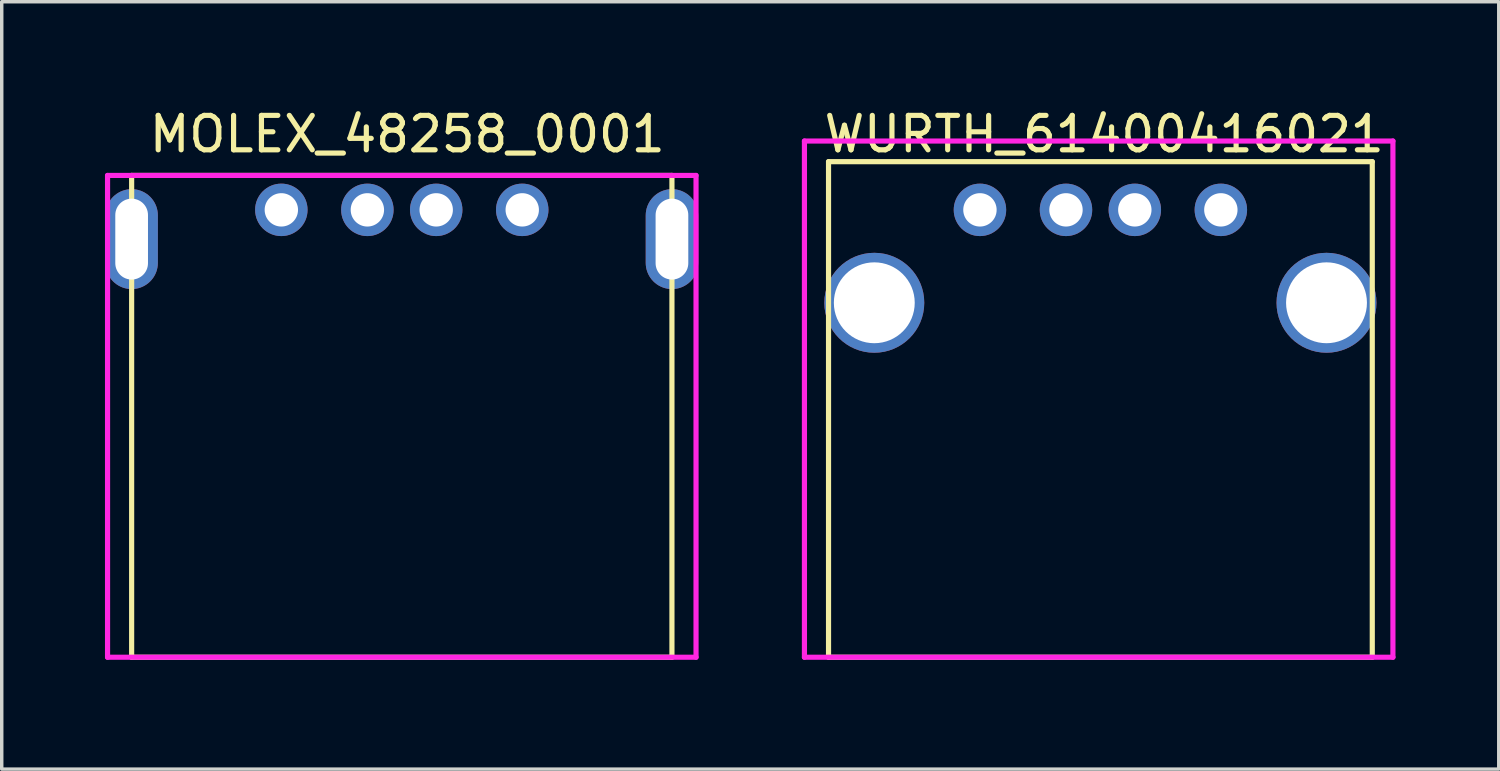
<source format=kicad_pcb>
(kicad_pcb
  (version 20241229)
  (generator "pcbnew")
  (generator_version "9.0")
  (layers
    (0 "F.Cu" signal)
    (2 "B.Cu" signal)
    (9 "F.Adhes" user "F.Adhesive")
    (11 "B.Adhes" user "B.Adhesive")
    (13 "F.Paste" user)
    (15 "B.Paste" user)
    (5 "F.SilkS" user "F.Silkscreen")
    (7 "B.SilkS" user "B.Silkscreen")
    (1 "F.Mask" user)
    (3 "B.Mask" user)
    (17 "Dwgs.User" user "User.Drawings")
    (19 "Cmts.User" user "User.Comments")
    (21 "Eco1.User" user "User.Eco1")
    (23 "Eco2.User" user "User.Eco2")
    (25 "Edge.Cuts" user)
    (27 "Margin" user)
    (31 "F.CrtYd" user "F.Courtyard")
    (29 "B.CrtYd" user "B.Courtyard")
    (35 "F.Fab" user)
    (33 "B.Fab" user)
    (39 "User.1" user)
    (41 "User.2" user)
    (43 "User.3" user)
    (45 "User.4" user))
  (footprint "MOLEX_48258_0001"
    (layer "F.Cu")
    (at 0.775 16.048)
    (property "Reference" "MOLEX_48258_0001" (at 8.01 -15.2 0) (layer "F.SilkS") (effects (font (size 1 1) (thickness 0.15))))
    (attr through_hole)
    (fp_line (start 0 -14) (end 15.7 -14) (stroke (width 0.15) (type solid)) (layer "F.SilkS"))
    (fp_line (start 0 0) (end 0 -14) (stroke (width 0.15) (type solid)) (layer "F.SilkS"))
    (fp_line (start 0 0) (end 15.7 0) (stroke (width 0.15) (type solid)) (layer "F.SilkS"))
    (fp_line (start 15.7 -14) (end 15.7 0) (stroke (width 0.15) (type solid)) (layer "F.SilkS"))
    (fp_line (start -0.7 -14) (end 16.4 -14) (stroke (width 0.15) (type solid)) (layer "F.CrtYd"))
    (fp_line (start -0.7 0) (end -0.7 -14) (stroke (width 0.15) (type solid)) (layer "F.CrtYd"))
    (fp_line (start -0.7 0) (end 16.4 0) (stroke (width 0.15) (type solid)) (layer "F.CrtYd"))
    (fp_line (start 16.4 -14) (end 16.4 0) (stroke (width 0.15) (type solid)) (layer "F.CrtYd"))
    (pad "" thru_hole oval (at 0 -12.15) (size 1.524 2.904) (drill oval 0.95 2.35) (layers "*.Cu" "*.Mask"))
    (pad "" thru_hole oval (at 15.7 -12.15) (size 1.524 2.904) (drill oval 0.95 2.35) (layers "*.Cu" "*.Mask"))
    (pad "1" thru_hole circle (at 11.35 -13) (size 1.524 1.524) (drill 0.97) (layers "*.Cu" "*.Mask"))
    (pad "2" thru_hole circle (at 8.85 -13) (size 1.524 1.524) (drill 0.97) (layers "*.Cu" "*.Mask"))
    (pad "3" thru_hole circle (at 6.85 -13) (size 1.524 1.524) (drill 0.97) (layers "*.Cu" "*.Mask"))
    (pad "4" thru_hole circle (at 4.35 -13) (size 1.524 1.524) (drill 0.97) (layers "*.Cu" "*.Mask")))
  (footprint "WURTH_61400416021"
    (layer "F.Cu")
    (at 21.025 16.048)
    (property "Reference" "WURTH_61400416021" (at 8.01 -15.2 0) (layer "F.SilkS") (effects (font (size 1 1) (thickness 0.15))))
    (attr through_hole)
    (fp_line (start 0 -14.4) (end 15.8 -14.4) (stroke (width 0.15) (type solid)) (layer "F.SilkS"))
    (fp_line (start 0 0) (end 0 -14.4) (stroke (width 0.15) (type solid)) (layer "F.SilkS"))
    (fp_line (start 0 0) (end 15.8 0) (stroke (width 0.15) (type solid)) (layer "F.SilkS"))
    (fp_line (start 15.8 -14.4) (end 15.8 0) (stroke (width 0.15) (type solid)) (layer "F.SilkS"))
    (fp_line (start -0.7 -15) (end 16.4 -15) (stroke (width 0.15) (type solid)) (layer "F.CrtYd"))
    (fp_line (start -0.7 0) (end -0.7 -15) (stroke (width 0.15) (type solid)) (layer "F.CrtYd"))
    (fp_line (start -0.7 0) (end 16.4 0) (stroke (width 0.15) (type solid)) (layer "F.CrtYd"))
    (fp_line (start 16.4 -15) (end 16.4 0) (stroke (width 0.15) (type solid)) (layer "F.CrtYd"))
    (pad "" np_thru_hole circle (at 1.33 -10.3) (size 2.904 2.904) (drill 2.35) (layers "*.Cu" "*.Mask"))
    (pad "" np_thru_hole circle (at 14.47 -10.3) (size 2.904 2.904) (drill 2.35) (layers "*.Cu" "*.Mask"))
    (pad "1" thru_hole circle (at 4.4 -13) (size 1.524 1.524) (drill 0.97) (layers "*.Cu" "*.Mask"))
    (pad "2" thru_hole circle (at 6.9 -13) (size 1.524 1.524) (drill 0.97) (layers "*.Cu" "*.Mask"))
    (pad "3" thru_hole circle (at 8.9 -13) (size 1.524 1.524) (drill 0.97) (layers "*.Cu" "*.Mask"))
    (pad "4" thru_hole circle (at 11.4 -13) (size 1.524 1.524) (drill 0.97) (layers "*.Cu" "*.Mask")))
  (gr_rect
    (start -3 -3)
    (end 40.5 19.298)
    (stroke (width 0.1) (type default))
    (fill no)
    (layer "Edge.Cuts")))
</source>
